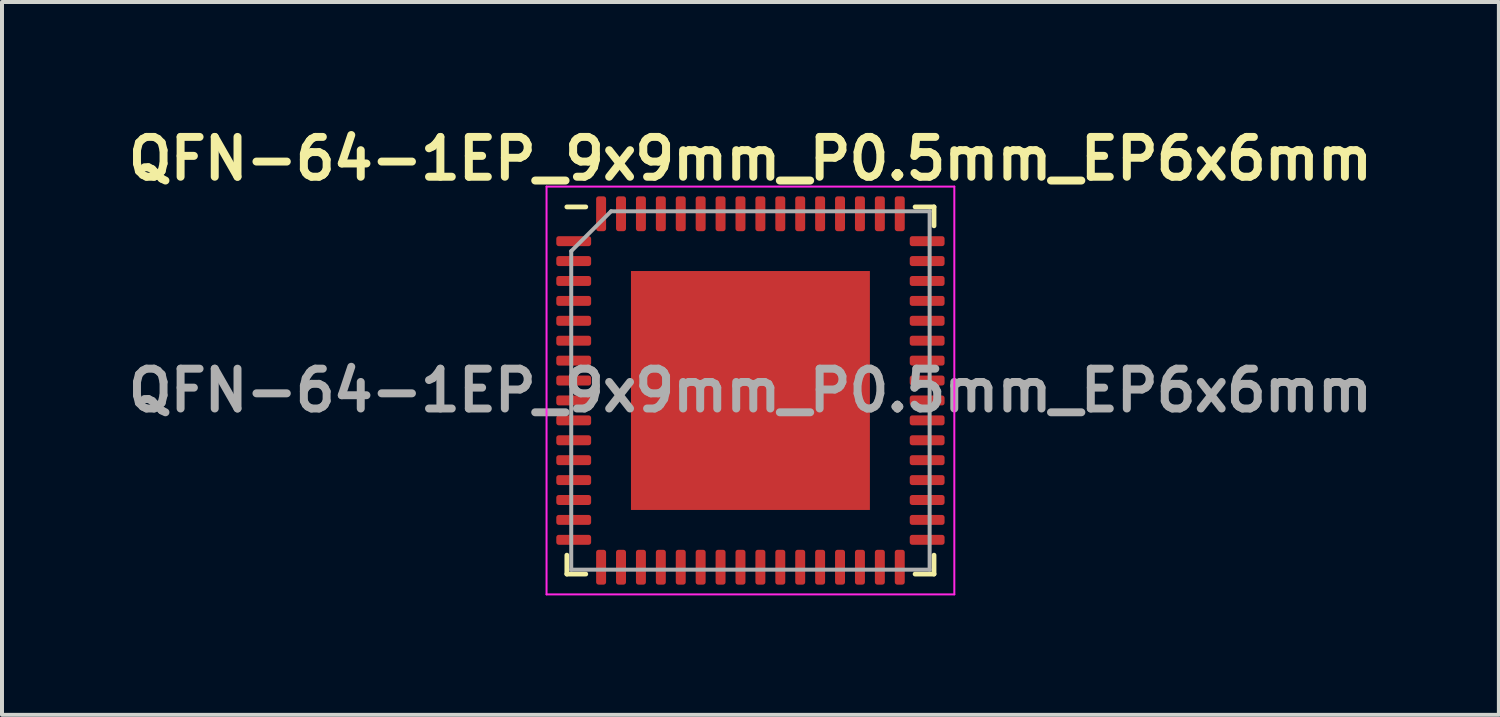
<source format=kicad_pcb>
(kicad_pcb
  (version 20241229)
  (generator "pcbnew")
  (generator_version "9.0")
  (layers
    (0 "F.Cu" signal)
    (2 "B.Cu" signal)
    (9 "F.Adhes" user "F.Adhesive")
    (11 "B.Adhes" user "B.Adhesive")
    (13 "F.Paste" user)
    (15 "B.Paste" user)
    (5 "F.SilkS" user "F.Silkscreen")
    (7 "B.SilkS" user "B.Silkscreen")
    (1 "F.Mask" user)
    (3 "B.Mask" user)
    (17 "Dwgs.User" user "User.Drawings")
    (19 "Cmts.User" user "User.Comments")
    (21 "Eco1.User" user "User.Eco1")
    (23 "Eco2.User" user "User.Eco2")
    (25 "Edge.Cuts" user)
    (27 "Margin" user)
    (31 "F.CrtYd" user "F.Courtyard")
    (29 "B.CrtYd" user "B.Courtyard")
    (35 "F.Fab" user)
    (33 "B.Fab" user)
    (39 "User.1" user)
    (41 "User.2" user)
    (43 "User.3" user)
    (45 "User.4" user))
  (footprint "QFN-64-1EP_9x9mm_P0.5mm_EP6x6mm"
    (layer "F.Cu")
    (at 15.795 6.756)
    (property "Reference" "QFN-64-1EP_9x9mm_P0.5mm_EP6x6mm" (at 0 -5.82 0) (layer "F.SilkS") (effects (font (size 1 1) (thickness 0.2))))
    (attr smd)
    (fp_line (start -4.61 4.61) (end -4.61 4.135) (stroke (width 0.12) (type solid)) (layer "F.SilkS"))
    (fp_line (start -4.135 -4.61) (end -4.61 -4.61) (stroke (width 0.12) (type solid)) (layer "F.SilkS"))
    (fp_line (start -4.135 4.61) (end -4.61 4.61) (stroke (width 0.12) (type solid)) (layer "F.SilkS"))
    (fp_line (start 4.135 -4.61) (end 4.61 -4.61) (stroke (width 0.12) (type solid)) (layer "F.SilkS"))
    (fp_line (start 4.135 4.61) (end 4.61 4.61) (stroke (width 0.12) (type solid)) (layer "F.SilkS"))
    (fp_line (start 4.61 -4.61) (end 4.61 -4.135) (stroke (width 0.12) (type solid)) (layer "F.SilkS"))
    (fp_line (start 4.61 4.61) (end 4.61 4.135) (stroke (width 0.12) (type solid)) (layer "F.SilkS"))
    (fp_line (start -5.12 -5.12) (end -5.12 5.12) (stroke (width 0.05) (type solid)) (layer "F.CrtYd"))
    (fp_line (start -5.12 5.12) (end 5.12 5.12) (stroke (width 0.05) (type solid)) (layer "F.CrtYd"))
    (fp_line (start 5.12 -5.12) (end -5.12 -5.12) (stroke (width 0.05) (type solid)) (layer "F.CrtYd"))
    (fp_line (start 5.12 5.12) (end 5.12 -5.12) (stroke (width 0.05) (type solid)) (layer "F.CrtYd"))
    (fp_line (start -4.5 -3.5) (end -3.5 -4.5) (stroke (width 0.1) (type solid)) (layer "F.Fab"))
    (fp_line (start -4.5 4.5) (end -4.5 -3.5) (stroke (width 0.1) (type solid)) (layer "F.Fab"))
    (fp_line (start -3.5 -4.5) (end 4.5 -4.5) (stroke (width 0.1) (type solid)) (layer "F.Fab"))
    (fp_line (start 4.5 -4.5) (end 4.5 4.5) (stroke (width 0.1) (type solid)) (layer "F.Fab"))
    (fp_line (start 4.5 4.5) (end -4.5 4.5) (stroke (width 0.1) (type solid)) (layer "F.Fab"))
    (fp_text user "${REFERENCE}" (at 0 0 0) (layer "F.Fab") (effects (font (size 1 1) (thickness 0.2))))
    (pad "" smd roundrect (at -2.25 -2.25) (size 1.21 1.21) (layers "F.Paste") (roundrect_rratio 0.207))
    (pad "" smd roundrect (at -2.25 -0.75) (size 1.21 1.21) (layers "F.Paste") (roundrect_rratio 0.207))
    (pad "" smd roundrect (at -2.25 0.75) (size 1.21 1.21) (layers "F.Paste") (roundrect_rratio 0.207))
    (pad "" smd roundrect (at -2.25 2.25) (size 1.21 1.21) (layers "F.Paste") (roundrect_rratio 0.207))
    (pad "" smd roundrect (at -0.75 -2.25) (size 1.21 1.21) (layers "F.Paste") (roundrect_rratio 0.207))
    (pad "" smd roundrect (at -0.75 -0.75) (size 1.21 1.21) (layers "F.Paste") (roundrect_rratio 0.207))
    (pad "" smd roundrect (at -0.75 0.75) (size 1.21 1.21) (layers "F.Paste") (roundrect_rratio 0.207))
    (pad "" smd roundrect (at -0.75 2.25) (size 1.21 1.21) (layers "F.Paste") (roundrect_rratio 0.207))
    (pad "" smd roundrect (at 0.75 -2.25) (size 1.21 1.21) (layers "F.Paste") (roundrect_rratio 0.207))
    (pad "" smd roundrect (at 0.75 -0.75) (size 1.21 1.21) (layers "F.Paste") (roundrect_rratio 0.207))
    (pad "" smd roundrect (at 0.75 0.75) (size 1.21 1.21) (layers "F.Paste") (roundrect_rratio 0.207))
    (pad "" smd roundrect (at 0.75 2.25) (size 1.21 1.21) (layers "F.Paste") (roundrect_rratio 0.207))
    (pad "" smd roundrect (at 2.25 -2.25) (size 1.21 1.21) (layers "F.Paste") (roundrect_rratio 0.207))
    (pad "" smd roundrect (at 2.25 -0.75) (size 1.21 1.21) (layers "F.Paste") (roundrect_rratio 0.207))
    (pad "" smd roundrect (at 2.25 0.75) (size 1.21 1.21) (layers "F.Paste") (roundrect_rratio 0.207))
    (pad "" smd roundrect (at 2.25 2.25) (size 1.21 1.21) (layers "F.Paste") (roundrect_rratio 0.207))
    (pad "1" smd roundrect (at -4.438 -3.75) (size 0.875 0.25) (layers "F.Cu" "F.Mask" "F.Paste") (roundrect_rratio 0.25))
    (pad "2" smd roundrect (at -4.438 -3.25) (size 0.875 0.25) (layers "F.Cu" "F.Mask" "F.Paste") (roundrect_rratio 0.25))
    (pad "3" smd roundrect (at -4.438 -2.75) (size 0.875 0.25) (layers "F.Cu" "F.Mask" "F.Paste") (roundrect_rratio 0.25))
    (pad "4" smd roundrect (at -4.438 -2.25) (size 0.875 0.25) (layers "F.Cu" "F.Mask" "F.Paste") (roundrect_rratio 0.25))
    (pad "5" smd roundrect (at -4.438 -1.75) (size 0.875 0.25) (layers "F.Cu" "F.Mask" "F.Paste") (roundrect_rratio 0.25))
    (pad "6" smd roundrect (at -4.438 -1.25) (size 0.875 0.25) (layers "F.Cu" "F.Mask" "F.Paste") (roundrect_rratio 0.25))
    (pad "7" smd roundrect (at -4.438 -0.75) (size 0.875 0.25) (layers "F.Cu" "F.Mask" "F.Paste") (roundrect_rratio 0.25))
    (pad "8" smd roundrect (at -4.438 -0.25) (size 0.875 0.25) (layers "F.Cu" "F.Mask" "F.Paste") (roundrect_rratio 0.25))
    (pad "9" smd roundrect (at -4.438 0.25) (size 0.875 0.25) (layers "F.Cu" "F.Mask" "F.Paste") (roundrect_rratio 0.25))
    (pad "10" smd roundrect (at -4.438 0.75) (size 0.875 0.25) (layers "F.Cu" "F.Mask" "F.Paste") (roundrect_rratio 0.25))
    (pad "11" smd roundrect (at -4.438 1.25) (size 0.875 0.25) (layers "F.Cu" "F.Mask" "F.Paste") (roundrect_rratio 0.25))
    (pad "12" smd roundrect (at -4.438 1.75) (size 0.875 0.25) (layers "F.Cu" "F.Mask" "F.Paste") (roundrect_rratio 0.25))
    (pad "13" smd roundrect (at -4.438 2.25) (size 0.875 0.25) (layers "F.Cu" "F.Mask" "F.Paste") (roundrect_rratio 0.25))
    (pad "14" smd roundrect (at -4.438 2.75) (size 0.875 0.25) (layers "F.Cu" "F.Mask" "F.Paste") (roundrect_rratio 0.25))
    (pad "15" smd roundrect (at -4.438 3.25) (size 0.875 0.25) (layers "F.Cu" "F.Mask" "F.Paste") (roundrect_rratio 0.25))
    (pad "16" smd roundrect (at -4.438 3.75) (size 0.875 0.25) (layers "F.Cu" "F.Mask" "F.Paste") (roundrect_rratio 0.25))
    (pad "17" smd roundrect (at -3.75 4.438) (size 0.25 0.875) (layers "F.Cu" "F.Mask" "F.Paste") (roundrect_rratio 0.25))
    (pad "18" smd roundrect (at -3.25 4.438) (size 0.25 0.875) (layers "F.Cu" "F.Mask" "F.Paste") (roundrect_rratio 0.25))
    (pad "19" smd roundrect (at -2.75 4.438) (size 0.25 0.875) (layers "F.Cu" "F.Mask" "F.Paste") (roundrect_rratio 0.25))
    (pad "20" smd roundrect (at -2.25 4.438) (size 0.25 0.875) (layers "F.Cu" "F.Mask" "F.Paste") (roundrect_rratio 0.25))
    (pad "21" smd roundrect (at -1.75 4.438) (size 0.25 0.875) (layers "F.Cu" "F.Mask" "F.Paste") (roundrect_rratio 0.25))
    (pad "22" smd roundrect (at -1.25 4.438) (size 0.25 0.875) (layers "F.Cu" "F.Mask" "F.Paste") (roundrect_rratio 0.25))
    (pad "23" smd roundrect (at -0.75 4.438) (size 0.25 0.875) (layers "F.Cu" "F.Mask" "F.Paste") (roundrect_rratio 0.25))
    (pad "24" smd roundrect (at -0.25 4.438) (size 0.25 0.875) (layers "F.Cu" "F.Mask" "F.Paste") (roundrect_rratio 0.25))
    (pad "25" smd roundrect (at 0.25 4.438) (size 0.25 0.875) (layers "F.Cu" "F.Mask" "F.Paste") (roundrect_rratio 0.25))
    (pad "26" smd roundrect (at 0.75 4.438) (size 0.25 0.875) (layers "F.Cu" "F.Mask" "F.Paste") (roundrect_rratio 0.25))
    (pad "27" smd roundrect (at 1.25 4.438) (size 0.25 0.875) (layers "F.Cu" "F.Mask" "F.Paste") (roundrect_rratio 0.25))
    (pad "28" smd roundrect (at 1.75 4.438) (size 0.25 0.875) (layers "F.Cu" "F.Mask" "F.Paste") (roundrect_rratio 0.25))
    (pad "29" smd roundrect (at 2.25 4.438) (size 0.25 0.875) (layers "F.Cu" "F.Mask" "F.Paste") (roundrect_rratio 0.25))
    (pad "30" smd roundrect (at 2.75 4.438) (size 0.25 0.875) (layers "F.Cu" "F.Mask" "F.Paste") (roundrect_rratio 0.25))
    (pad "31" smd roundrect (at 3.25 4.438) (size 0.25 0.875) (layers "F.Cu" "F.Mask" "F.Paste") (roundrect_rratio 0.25))
    (pad "32" smd roundrect (at 3.75 4.438) (size 0.25 0.875) (layers "F.Cu" "F.Mask" "F.Paste") (roundrect_rratio 0.25))
    (pad "33" smd roundrect (at 4.438 3.75) (size 0.875 0.25) (layers "F.Cu" "F.Mask" "F.Paste") (roundrect_rratio 0.25))
    (pad "34" smd roundrect (at 4.438 3.25) (size 0.875 0.25) (layers "F.Cu" "F.Mask" "F.Paste") (roundrect_rratio 0.25))
    (pad "35" smd roundrect (at 4.438 2.75) (size 0.875 0.25) (layers "F.Cu" "F.Mask" "F.Paste") (roundrect_rratio 0.25))
    (pad "36" smd roundrect (at 4.438 2.25) (size 0.875 0.25) (layers "F.Cu" "F.Mask" "F.Paste") (roundrect_rratio 0.25))
    (pad "37" smd roundrect (at 4.438 1.75) (size 0.875 0.25) (layers "F.Cu" "F.Mask" "F.Paste") (roundrect_rratio 0.25))
    (pad "38" smd roundrect (at 4.438 1.25) (size 0.875 0.25) (layers "F.Cu" "F.Mask" "F.Paste") (roundrect_rratio 0.25))
    (pad "39" smd roundrect (at 4.438 0.75) (size 0.875 0.25) (layers "F.Cu" "F.Mask" "F.Paste") (roundrect_rratio 0.25))
    (pad "40" smd roundrect (at 4.438 0.25) (size 0.875 0.25) (layers "F.Cu" "F.Mask" "F.Paste") (roundrect_rratio 0.25))
    (pad "41" smd roundrect (at 4.438 -0.25) (size 0.875 0.25) (layers "F.Cu" "F.Mask" "F.Paste") (roundrect_rratio 0.25))
    (pad "42" smd roundrect (at 4.438 -0.75) (size 0.875 0.25) (layers "F.Cu" "F.Mask" "F.Paste") (roundrect_rratio 0.25))
    (pad "43" smd roundrect (at 4.438 -1.25) (size 0.875 0.25) (layers "F.Cu" "F.Mask" "F.Paste") (roundrect_rratio 0.25))
    (pad "44" smd roundrect (at 4.438 -1.75) (size 0.875 0.25) (layers "F.Cu" "F.Mask" "F.Paste") (roundrect_rratio 0.25))
    (pad "45" smd roundrect (at 4.438 -2.25) (size 0.875 0.25) (layers "F.Cu" "F.Mask" "F.Paste") (roundrect_rratio 0.25))
    (pad "46" smd roundrect (at 4.438 -2.75) (size 0.875 0.25) (layers "F.Cu" "F.Mask" "F.Paste") (roundrect_rratio 0.25))
    (pad "47" smd roundrect (at 4.438 -3.25) (size 0.875 0.25) (layers "F.Cu" "F.Mask" "F.Paste") (roundrect_rratio 0.25))
    (pad "48" smd roundrect (at 4.438 -3.75) (size 0.875 0.25) (layers "F.Cu" "F.Mask" "F.Paste") (roundrect_rratio 0.25))
    (pad "49" smd roundrect (at 3.75 -4.438) (size 0.25 0.875) (layers "F.Cu" "F.Mask" "F.Paste") (roundrect_rratio 0.25))
    (pad "50" smd roundrect (at 3.25 -4.438) (size 0.25 0.875) (layers "F.Cu" "F.Mask" "F.Paste") (roundrect_rratio 0.25))
    (pad "51" smd roundrect (at 2.75 -4.438) (size 0.25 0.875) (layers "F.Cu" "F.Mask" "F.Paste") (roundrect_rratio 0.25))
    (pad "52" smd roundrect (at 2.25 -4.438) (size 0.25 0.875) (layers "F.Cu" "F.Mask" "F.Paste") (roundrect_rratio 0.25))
    (pad "53" smd roundrect (at 1.75 -4.438) (size 0.25 0.875) (layers "F.Cu" "F.Mask" "F.Paste") (roundrect_rratio 0.25))
    (pad "54" smd roundrect (at 1.25 -4.438) (size 0.25 0.875) (layers "F.Cu" "F.Mask" "F.Paste") (roundrect_rratio 0.25))
    (pad "55" smd roundrect (at 0.75 -4.438) (size 0.25 0.875) (layers "F.Cu" "F.Mask" "F.Paste") (roundrect_rratio 0.25))
    (pad "56" smd roundrect (at 0.25 -4.438) (size 0.25 0.875) (layers "F.Cu" "F.Mask" "F.Paste") (roundrect_rratio 0.25))
    (pad "57" smd roundrect (at -0.25 -4.438) (size 0.25 0.875) (layers "F.Cu" "F.Mask" "F.Paste") (roundrect_rratio 0.25))
    (pad "58" smd roundrect (at -0.75 -4.438) (size 0.25 0.875) (layers "F.Cu" "F.Mask" "F.Paste") (roundrect_rratio 0.25))
    (pad "59" smd roundrect (at -1.25 -4.438) (size 0.25 0.875) (layers "F.Cu" "F.Mask" "F.Paste") (roundrect_rratio 0.25))
    (pad "60" smd roundrect (at -1.75 -4.438) (size 0.25 0.875) (layers "F.Cu" "F.Mask" "F.Paste") (roundrect_rratio 0.25))
    (pad "61" smd roundrect (at -2.25 -4.438) (size 0.25 0.875) (layers "F.Cu" "F.Mask" "F.Paste") (roundrect_rratio 0.25))
    (pad "62" smd roundrect (at -2.75 -4.438) (size 0.25 0.875) (layers "F.Cu" "F.Mask" "F.Paste") (roundrect_rratio 0.25))
    (pad "63" smd roundrect (at -3.25 -4.438) (size 0.25 0.875) (layers "F.Cu" "F.Mask" "F.Paste") (roundrect_rratio 0.25))
    (pad "64" smd roundrect (at -3.75 -4.438) (size 0.25 0.875) (layers "F.Cu" "F.Mask" "F.Paste") (roundrect_rratio 0.25))
    (pad "65" smd rect (at 0 0) (size 6 6) (layers "F.Cu" "F.Mask")))
  (gr_rect
    (start -3 -3)
    (end 34.59 14.901)
    (stroke (width 0.1) (type default))
    (fill no)
    (layer "Edge.Cuts")))
</source>
